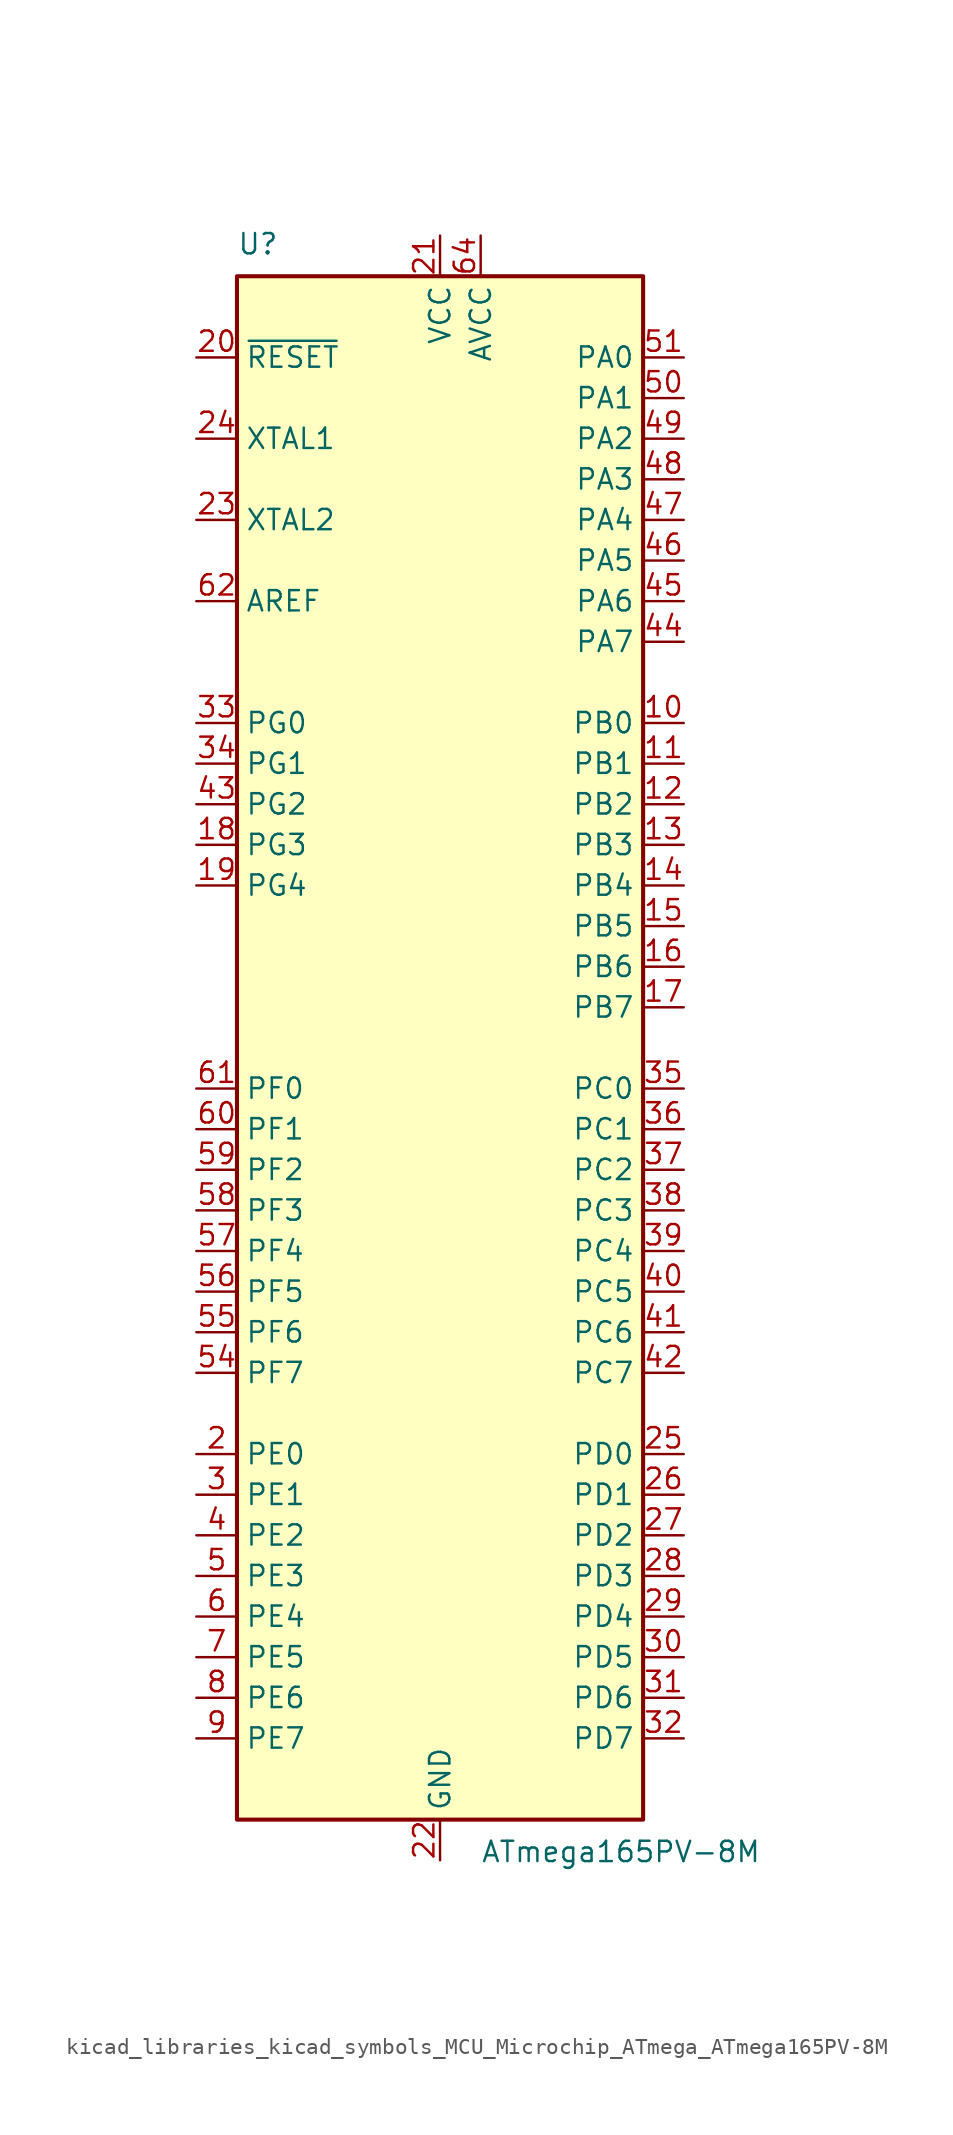
<source format=kicad_sym>
(kicad_symbol_lib
  (version 20220914)
  (generator kicad_symbol_editor)
  (symbol "kicad_libraries_kicad_symbols_MCU_Microchip_ATmega_ATmega165PV-8M"
    (property "Reference" "U"
      (at -12.7 49.53 0)
      (effects (font (size 1.27 1.27)) (justify left bottom)))
    (property "Value" "ATmega165PV-8M"
      (at 2.54 -49.53 0)
      (effects (font (size 1.27 1.27)) (justify left top)))
    (symbol "kicad_libraries_kicad_symbols_MCU_Microchip_ATmega_ATmega165PV-8M_0_1"
      (rectangle (start -12.7 -48.26) (end 12.7 48.26) (stroke (width 0.254) (type default)) (fill (type background))))
    (symbol "kicad_libraries_kicad_symbols_MCU_Microchip_ATmega_ATmega165PV-8M_1_1"
      (pin no_connect line (at -12.7 -45.72 0) (length 2.54) hide (name "NC" (effects (font (size 1.27 1.27)))) (number "1" (effects (font (size 1.27 1.27)))))
      (pin bidirectional line (at 15.24 20.32 180) (length 2.54) (name "PB0" (effects (font (size 1.27 1.27)))) (number "10" (effects (font (size 1.27 1.27)))))
      (pin bidirectional line (at 15.24 17.78 180) (length 2.54) (name "PB1" (effects (font (size 1.27 1.27)))) (number "11" (effects (font (size 1.27 1.27)))))
      (pin bidirectional line (at 15.24 15.24 180) (length 2.54) (name "PB2" (effects (font (size 1.27 1.27)))) (number "12" (effects (font (size 1.27 1.27)))))
      (pin bidirectional line (at 15.24 12.7 180) (length 2.54) (name "PB3" (effects (font (size 1.27 1.27)))) (number "13" (effects (font (size 1.27 1.27)))))
      (pin bidirectional line (at 15.24 10.16 180) (length 2.54) (name "PB4" (effects (font (size 1.27 1.27)))) (number "14" (effects (font (size 1.27 1.27)))))
      (pin bidirectional line (at 15.24 7.62 180) (length 2.54) (name "PB5" (effects (font (size 1.27 1.27)))) (number "15" (effects (font (size 1.27 1.27)))))
      (pin bidirectional line (at 15.24 5.08 180) (length 2.54) (name "PB6" (effects (font (size 1.27 1.27)))) (number "16" (effects (font (size 1.27 1.27)))))
      (pin bidirectional line (at 15.24 2.54 180) (length 2.54) (name "PB7" (effects (font (size 1.27 1.27)))) (number "17" (effects (font (size 1.27 1.27)))))
      (pin bidirectional line (at -15.24 12.7 0) (length 2.54) (name "PG3" (effects (font (size 1.27 1.27)))) (number "18" (effects (font (size 1.27 1.27)))))
      (pin bidirectional line (at -15.24 10.16 0) (length 2.54) (name "PG4" (effects (font (size 1.27 1.27)))) (number "19" (effects (font (size 1.27 1.27)))))
      (pin bidirectional line (at -15.24 -25.4 0) (length 2.54) (name "PE0" (effects (font (size 1.27 1.27)))) (number "2" (effects (font (size 1.27 1.27)))))
      (pin input line (at -15.24 43.18 0) (length 2.54) (name "~{RESET}" (effects (font (size 1.27 1.27)))) (number "20" (effects (font (size 1.27 1.27)))))
      (pin power_in line (at 0 50.8 270) (length 2.54) (name "VCC" (effects (font (size 1.27 1.27)))) (number "21" (effects (font (size 1.27 1.27)))))
      (pin power_in line (at 0 -50.8 90) (length 2.54) (name "GND" (effects (font (size 1.27 1.27)))) (number "22" (effects (font (size 1.27 1.27)))))
      (pin output line (at -15.24 33.02 0) (length 2.54) (name "XTAL2" (effects (font (size 1.27 1.27)))) (number "23" (effects (font (size 1.27 1.27)))))
      (pin input line (at -15.24 38.1 0) (length 2.54) (name "XTAL1" (effects (font (size 1.27 1.27)))) (number "24" (effects (font (size 1.27 1.27)))))
      (pin bidirectional line (at 15.24 -25.4 180) (length 2.54) (name "PD0" (effects (font (size 1.27 1.27)))) (number "25" (effects (font (size 1.27 1.27)))))
      (pin bidirectional line (at 15.24 -27.94 180) (length 2.54) (name "PD1" (effects (font (size 1.27 1.27)))) (number "26" (effects (font (size 1.27 1.27)))))
      (pin bidirectional line (at 15.24 -30.48 180) (length 2.54) (name "PD2" (effects (font (size 1.27 1.27)))) (number "27" (effects (font (size 1.27 1.27)))))
      (pin bidirectional line (at 15.24 -33.02 180) (length 2.54) (name "PD3" (effects (font (size 1.27 1.27)))) (number "28" (effects (font (size 1.27 1.27)))))
      (pin bidirectional line (at 15.24 -35.56 180) (length 2.54) (name "PD4" (effects (font (size 1.27 1.27)))) (number "29" (effects (font (size 1.27 1.27)))))
      (pin bidirectional line (at -15.24 -27.94 0) (length 2.54) (name "PE1" (effects (font (size 1.27 1.27)))) (number "3" (effects (font (size 1.27 1.27)))))
      (pin bidirectional line (at 15.24 -38.1 180) (length 2.54) (name "PD5" (effects (font (size 1.27 1.27)))) (number "30" (effects (font (size 1.27 1.27)))))
      (pin bidirectional line (at 15.24 -40.64 180) (length 2.54) (name "PD6" (effects (font (size 1.27 1.27)))) (number "31" (effects (font (size 1.27 1.27)))))
      (pin bidirectional line (at 15.24 -43.18 180) (length 2.54) (name "PD7" (effects (font (size 1.27 1.27)))) (number "32" (effects (font (size 1.27 1.27)))))
      (pin bidirectional line (at -15.24 20.32 0) (length 2.54) (name "PG0" (effects (font (size 1.27 1.27)))) (number "33" (effects (font (size 1.27 1.27)))))
      (pin bidirectional line (at -15.24 17.78 0) (length 2.54) (name "PG1" (effects (font (size 1.27 1.27)))) (number "34" (effects (font (size 1.27 1.27)))))
      (pin bidirectional line (at 15.24 -2.54 180) (length 2.54) (name "PC0" (effects (font (size 1.27 1.27)))) (number "35" (effects (font (size 1.27 1.27)))))
      (pin bidirectional line (at 15.24 -5.08 180) (length 2.54) (name "PC1" (effects (font (size 1.27 1.27)))) (number "36" (effects (font (size 1.27 1.27)))))
      (pin bidirectional line (at 15.24 -7.62 180) (length 2.54) (name "PC2" (effects (font (size 1.27 1.27)))) (number "37" (effects (font (size 1.27 1.27)))))
      (pin bidirectional line (at 15.24 -10.16 180) (length 2.54) (name "PC3" (effects (font (size 1.27 1.27)))) (number "38" (effects (font (size 1.27 1.27)))))
      (pin bidirectional line (at 15.24 -12.7 180) (length 2.54) (name "PC4" (effects (font (size 1.27 1.27)))) (number "39" (effects (font (size 1.27 1.27)))))
      (pin bidirectional line (at -15.24 -30.48 0) (length 2.54) (name "PE2" (effects (font (size 1.27 1.27)))) (number "4" (effects (font (size 1.27 1.27)))))
      (pin bidirectional line (at 15.24 -15.24 180) (length 2.54) (name "PC5" (effects (font (size 1.27 1.27)))) (number "40" (effects (font (size 1.27 1.27)))))
      (pin bidirectional line (at 15.24 -17.78 180) (length 2.54) (name "PC6" (effects (font (size 1.27 1.27)))) (number "41" (effects (font (size 1.27 1.27)))))
      (pin bidirectional line (at 15.24 -20.32 180) (length 2.54) (name "PC7" (effects (font (size 1.27 1.27)))) (number "42" (effects (font (size 1.27 1.27)))))
      (pin bidirectional line (at -15.24 15.24 0) (length 2.54) (name "PG2" (effects (font (size 1.27 1.27)))) (number "43" (effects (font (size 1.27 1.27)))))
      (pin bidirectional line (at 15.24 25.4 180) (length 2.54) (name "PA7" (effects (font (size 1.27 1.27)))) (number "44" (effects (font (size 1.27 1.27)))))
      (pin bidirectional line (at 15.24 27.94 180) (length 2.54) (name "PA6" (effects (font (size 1.27 1.27)))) (number "45" (effects (font (size 1.27 1.27)))))
      (pin bidirectional line (at 15.24 30.48 180) (length 2.54) (name "PA5" (effects (font (size 1.27 1.27)))) (number "46" (effects (font (size 1.27 1.27)))))
      (pin bidirectional line (at 15.24 33.02 180) (length 2.54) (name "PA4" (effects (font (size 1.27 1.27)))) (number "47" (effects (font (size 1.27 1.27)))))
      (pin bidirectional line (at 15.24 35.56 180) (length 2.54) (name "PA3" (effects (font (size 1.27 1.27)))) (number "48" (effects (font (size 1.27 1.27)))))
      (pin bidirectional line (at 15.24 38.1 180) (length 2.54) (name "PA2" (effects (font (size 1.27 1.27)))) (number "49" (effects (font (size 1.27 1.27)))))
      (pin bidirectional line (at -15.24 -33.02 0) (length 2.54) (name "PE3" (effects (font (size 1.27 1.27)))) (number "5" (effects (font (size 1.27 1.27)))))
      (pin bidirectional line (at 15.24 40.64 180) (length 2.54) (name "PA1" (effects (font (size 1.27 1.27)))) (number "50" (effects (font (size 1.27 1.27)))))
      (pin bidirectional line (at 15.24 43.18 180) (length 2.54) (name "PA0" (effects (font (size 1.27 1.27)))) (number "51" (effects (font (size 1.27 1.27)))))
      (pin passive line (at 0 50.8 270) (length 2.54) hide (name "VCC" (effects (font (size 1.27 1.27)))) (number "52" (effects (font (size 1.27 1.27)))))
      (pin passive line (at 0 -50.8 90) (length 2.54) hide (name "GND" (effects (font (size 1.27 1.27)))) (number "53" (effects (font (size 1.27 1.27)))))
      (pin bidirectional line (at -15.24 -20.32 0) (length 2.54) (name "PF7" (effects (font (size 1.27 1.27)))) (number "54" (effects (font (size 1.27 1.27)))))
      (pin bidirectional line (at -15.24 -17.78 0) (length 2.54) (name "PF6" (effects (font (size 1.27 1.27)))) (number "55" (effects (font (size 1.27 1.27)))))
      (pin bidirectional line (at -15.24 -15.24 0) (length 2.54) (name "PF5" (effects (font (size 1.27 1.27)))) (number "56" (effects (font (size 1.27 1.27)))))
      (pin bidirectional line (at -15.24 -12.7 0) (length 2.54) (name "PF4" (effects (font (size 1.27 1.27)))) (number "57" (effects (font (size 1.27 1.27)))))
      (pin bidirectional line (at -15.24 -10.16 0) (length 2.54) (name "PF3" (effects (font (size 1.27 1.27)))) (number "58" (effects (font (size 1.27 1.27)))))
      (pin bidirectional line (at -15.24 -7.62 0) (length 2.54) (name "PF2" (effects (font (size 1.27 1.27)))) (number "59" (effects (font (size 1.27 1.27)))))
      (pin bidirectional line (at -15.24 -35.56 0) (length 2.54) (name "PE4" (effects (font (size 1.27 1.27)))) (number "6" (effects (font (size 1.27 1.27)))))
      (pin bidirectional line (at -15.24 -5.08 0) (length 2.54) (name "PF1" (effects (font (size 1.27 1.27)))) (number "60" (effects (font (size 1.27 1.27)))))
      (pin bidirectional line (at -15.24 -2.54 0) (length 2.54) (name "PF0" (effects (font (size 1.27 1.27)))) (number "61" (effects (font (size 1.27 1.27)))))
      (pin passive line (at -15.24 27.94 0) (length 2.54) (name "AREF" (effects (font (size 1.27 1.27)))) (number "62" (effects (font (size 1.27 1.27)))))
      (pin passive line (at 0 -50.8 90) (length 2.54) hide (name "GND" (effects (font (size 1.27 1.27)))) (number "63" (effects (font (size 1.27 1.27)))))
      (pin power_in line (at 2.54 50.8 270) (length 2.54) (name "AVCC" (effects (font (size 1.27 1.27)))) (number "64" (effects (font (size 1.27 1.27)))))
      (pin passive line (at 0 -50.8 90) (length 2.54) hide (name "GND" (effects (font (size 1.27 1.27)))) (number "65" (effects (font (size 1.27 1.27)))))
      (pin bidirectional line (at -15.24 -38.1 0) (length 2.54) (name "PE5" (effects (font (size 1.27 1.27)))) (number "7" (effects (font (size 1.27 1.27)))))
      (pin bidirectional line (at -15.24 -40.64 0) (length 2.54) (name "PE6" (effects (font (size 1.27 1.27)))) (number "8" (effects (font (size 1.27 1.27)))))
      (pin bidirectional line (at -15.24 -43.18 0) (length 2.54) (name "PE7" (effects (font (size 1.27 1.27)))) (number "9" (effects (font (size 1.27 1.27))))))))
</source>
